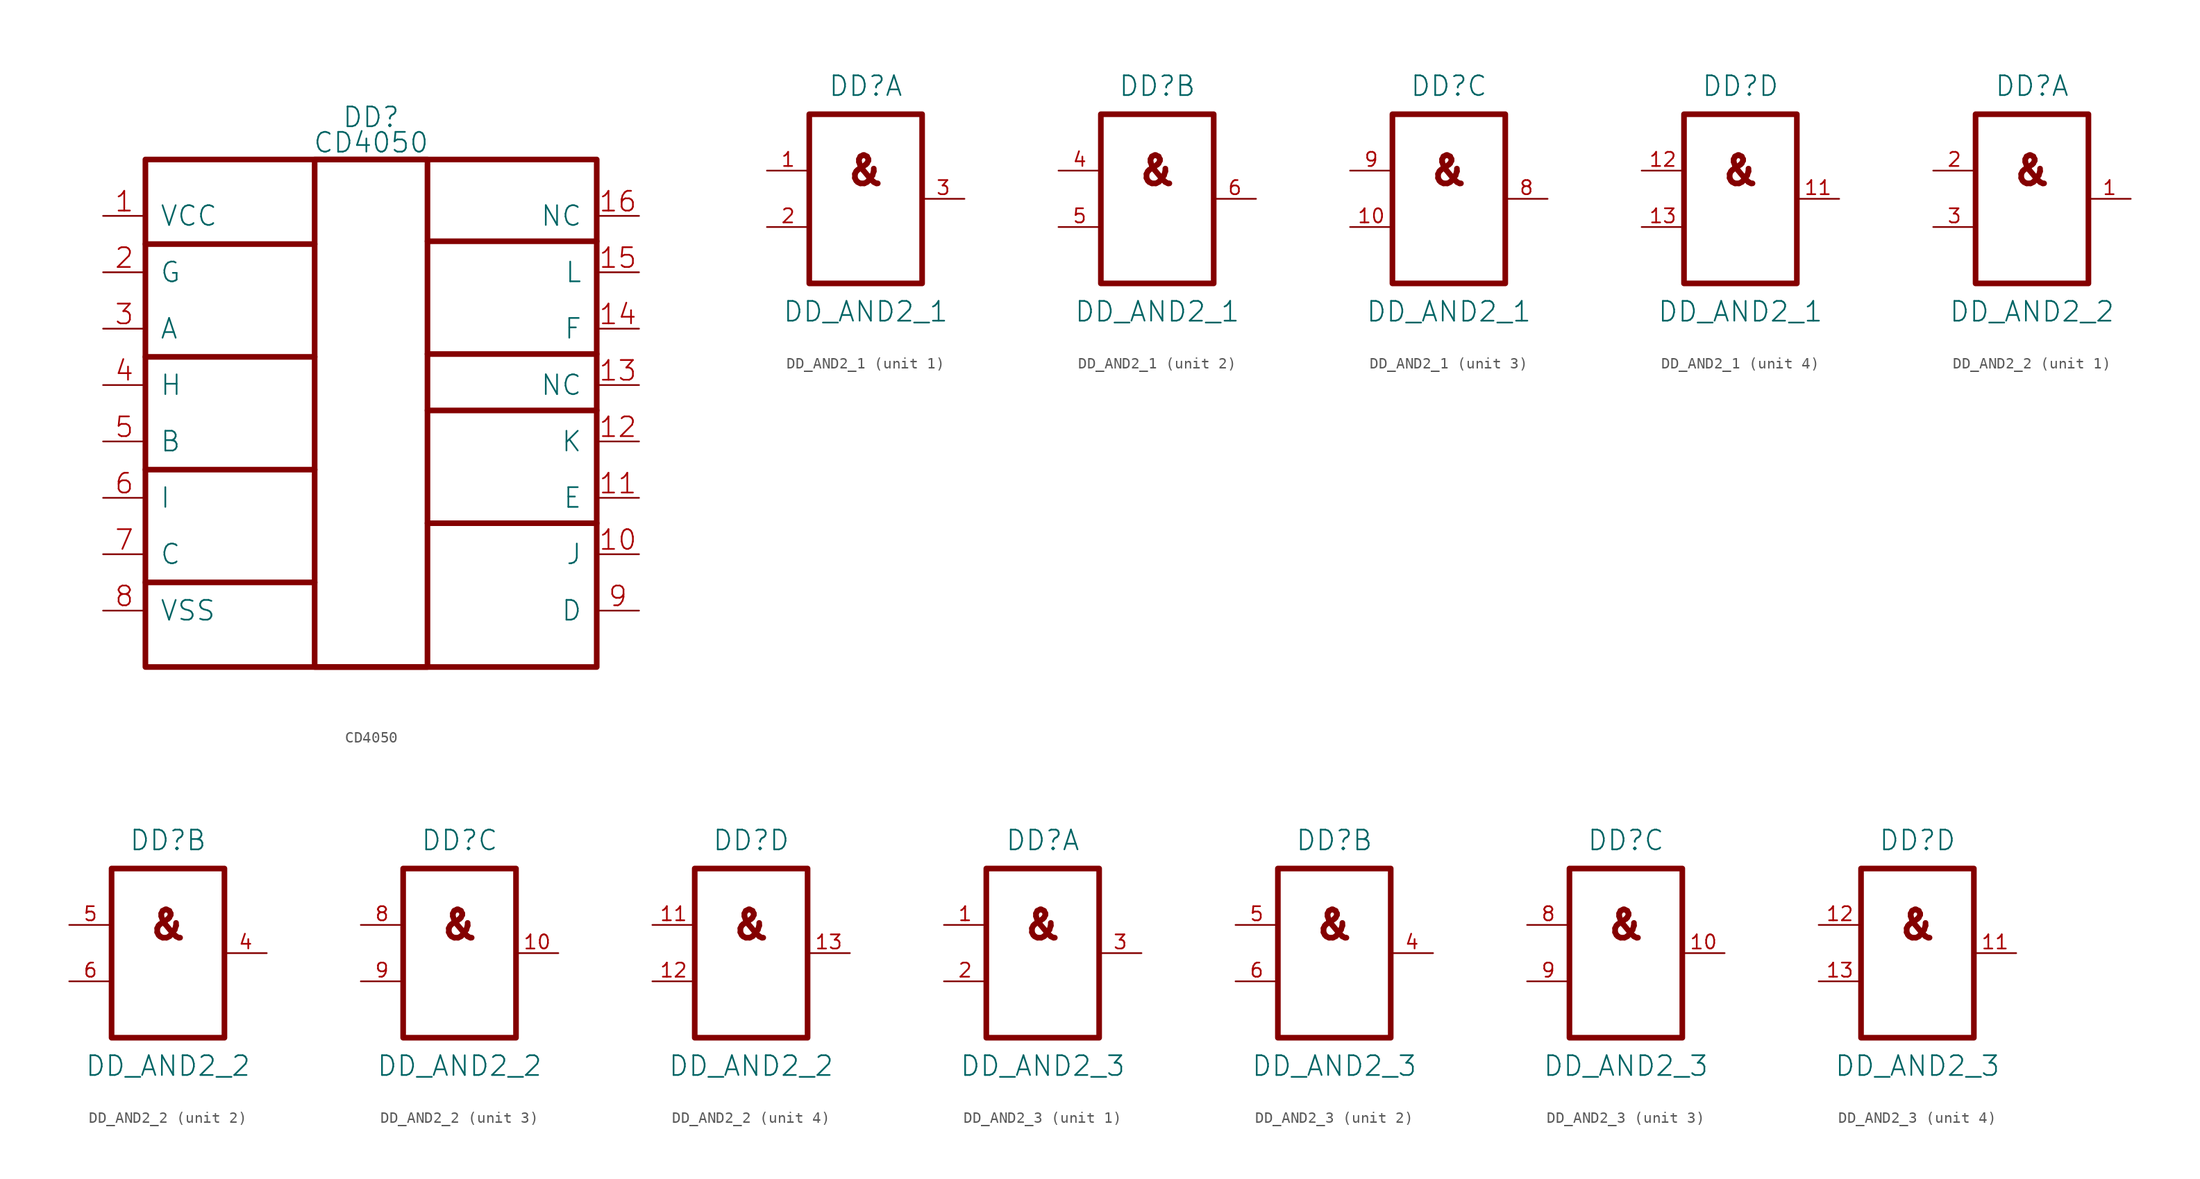
<source format=kicad_sym>
(kicad_symbol_lib
  (version 20211014)
  (generator kicad_symbol_editor)
  (symbol "CD4050"
    (pin_names
      (offset 1.27))
    (property "Reference" "DD"
      (at 0 3.81 0)
      (effects (font (size 1.778 1.778))))
    (property "Value" "CD4050"
      (at 0 1.524 0)
      (effects (font (size 1.778 1.778))))
    (symbol "CD4050_0_1"
      (rectangle (start -20.32 0) (end 20.32 -45.72) (stroke (width 0.508) (type default) (color 0 0 0 0)) (fill (type none)))
      (rectangle (start -5.08 0) (end 5.08 -45.72) (stroke (width 0.508) (type default) (color 0 0 0 0)) (fill (type none)))
      (polyline (pts (xy -20.32 -38.1) (xy -5.08 -38.1)) (stroke (width 0.508) (type default) (color 0 0 0 0)) (fill (type none)))
      (polyline (pts (xy -20.32 -27.94) (xy -5.08 -27.94)) (stroke (width 0.508) (type default) (color 0 0 0 0)) (fill (type none)))
      (polyline (pts (xy -20.32 -17.78) (xy -5.08 -17.78)) (stroke (width 0.508) (type default) (color 0 0 0 0)) (fill (type none)))
      (polyline (pts (xy -20.32 -7.62) (xy -5.08 -7.62)) (stroke (width 0.508) (type default) (color 0 0 0 0)) (fill (type none)))
      (polyline (pts (xy 20.32 -32.766) (xy 5.08 -32.766)) (stroke (width 0.508) (type default) (color 0 0 0 0)) (fill (type none)))
      (polyline (pts (xy 20.32 -22.606) (xy 5.08 -22.606)) (stroke (width 0.508) (type default) (color 0 0 0 0)) (fill (type none)))
      (polyline (pts (xy 20.32 -17.526) (xy 5.08 -17.526)) (stroke (width 0.508) (type default) (color 0 0 0 0)) (fill (type none)))
      (polyline (pts (xy 20.32 -7.366) (xy 5.08 -7.366)) (stroke (width 0.508) (type default) (color 0 0 0 0)) (fill (type none))))
    (symbol "CD4050_1_1"
      (pin power_in line (at -24.13 -5.08 0) (length 3.81) (name "VCC" (effects (font (size 1.778 1.778)))) (number "1" (effects (font (size 1.778 1.778)))))
      (pin input line (at 24.13 -35.56 180) (length 3.81) (name "J" (effects (font (size 1.778 1.778)))) (number "10" (effects (font (size 1.778 1.778)))))
      (pin input line (at 24.13 -30.48 180) (length 3.81) (name "E" (effects (font (size 1.778 1.778)))) (number "11" (effects (font (size 1.778 1.778)))))
      (pin output line (at 24.13 -25.4 180) (length 3.81) (name "K" (effects (font (size 1.778 1.778)))) (number "12" (effects (font (size 1.778 1.778)))))
      (pin passive line (at 24.13 -20.32 180) (length 3.81) (name "NC" (effects (font (size 1.778 1.778)))) (number "13" (effects (font (size 1.778 1.778)))))
      (pin input line (at 24.13 -15.24 180) (length 3.81) (name "F" (effects (font (size 1.778 1.778)))) (number "14" (effects (font (size 1.778 1.778)))))
      (pin output line (at 24.13 -10.16 180) (length 3.81) (name "L" (effects (font (size 1.778 1.778)))) (number "15" (effects (font (size 1.778 1.778)))))
      (pin input line (at 24.13 -5.08 180) (length 3.81) (name "NC" (effects (font (size 1.778 1.778)))) (number "16" (effects (font (size 1.778 1.778)))))
      (pin output line (at -24.13 -10.16 0) (length 3.81) (name "G" (effects (font (size 1.778 1.778)))) (number "2" (effects (font (size 1.778 1.778)))))
      (pin input line (at -24.13 -15.24 0) (length 3.81) (name "A" (effects (font (size 1.778 1.778)))) (number "3" (effects (font (size 1.778 1.778)))))
      (pin input line (at -24.13 -20.32 0) (length 3.81) (name "H" (effects (font (size 1.778 1.778)))) (number "4" (effects (font (size 1.778 1.778)))))
      (pin input line (at -24.13 -25.4 0) (length 3.81) (name "B" (effects (font (size 1.778 1.778)))) (number "5" (effects (font (size 1.778 1.778)))))
      (pin output line (at -24.13 -30.48 0) (length 3.81) (name "I" (effects (font (size 1.778 1.778)))) (number "6" (effects (font (size 1.778 1.778)))))
      (pin input line (at -24.13 -35.56 0) (length 3.81) (name "C" (effects (font (size 1.778 1.778)))) (number "7" (effects (font (size 1.778 1.778)))))
      (pin power_in line (at -24.13 -40.64 0) (length 3.81) (name "VSS" (effects (font (size 1.778 1.778)))) (number "8" (effects (font (size 1.778 1.778)))))
      (pin input line (at 24.13 -40.64 180) (length 3.81) (name "D" (effects (font (size 1.778 1.778)))) (number "9" (effects (font (size 1.778 1.778)))))))
  (symbol "DD_AND2_1"
    (pin_names
      (offset 1.27))
    (property "Reference" "DD"
      (at 0 10.16 0)
      (effects (font (size 1.778 1.778))))
    (property "Value" "DD_AND2_1"
      (at 0 -10.16 0)
      (effects (font (size 1.778 1.778))))
    (symbol "DD_AND2_1_0_0"
      (text "&" (at 0 2.54 0) (effects (font (size 2.54 2.54) bold))))
    (symbol "DD_AND2_1_0_1"
      (rectangle (start -5.08 7.62) (end 5.08 -7.62) (stroke (width 0.508) (type default) (color 0 0 0 0)) (fill (type none)))
      (pin power_in non_logic (at 8.89 5.08 180) (length 3.81) hide (name "VCC" (effects (font (size 1.27 1.27)))) (number "14" (effects (font (size 1.27 1.27)))))
      (pin power_in non_logic (at 8.89 -5.08 180) (length 3.81) hide (name "GND" (effects (font (size 1.27 1.27)))) (number "7" (effects (font (size 1.27 1.27))))))
    (symbol "DD_AND2_1_1_1"
      (pin input line (at -8.89 2.54 0) (length 3.81) (name "~" (effects (font (size 1.778 1.778)))) (number "1" (effects (font (size 1.27 1.27)))))
      (pin input line (at -8.89 -2.54 0) (length 3.81) (name "~" (effects (font (size 1.778 1.778)))) (number "2" (effects (font (size 1.27 1.27)))))
      (pin output line (at 8.89 0 180) (length 3.81) (name "~" (effects (font (size 1.778 1.778)))) (number "3" (effects (font (size 1.27 1.27))))))
    (symbol "DD_AND2_1_2_1"
      (pin input line (at -8.89 2.54 0) (length 3.81) (name "~" (effects (font (size 1.778 1.778)))) (number "4" (effects (font (size 1.27 1.27)))))
      (pin input line (at -8.89 -2.54 0) (length 3.81) (name "~" (effects (font (size 1.778 1.778)))) (number "5" (effects (font (size 1.27 1.27)))))
      (pin output line (at 8.89 0 180) (length 3.81) (name "~" (effects (font (size 1.778 1.778)))) (number "6" (effects (font (size 1.27 1.27))))))
    (symbol "DD_AND2_1_3_1"
      (pin input line (at -8.89 -2.54 0) (length 3.81) (name "~" (effects (font (size 1.778 1.778)))) (number "10" (effects (font (size 1.27 1.27)))))
      (pin output line (at 8.89 0 180) (length 3.81) (name "~" (effects (font (size 1.778 1.778)))) (number "8" (effects (font (size 1.27 1.27)))))
      (pin input line (at -8.89 2.54 0) (length 3.81) (name "~" (effects (font (size 1.778 1.778)))) (number "9" (effects (font (size 1.27 1.27))))))
    (symbol "DD_AND2_1_4_1"
      (pin output line (at 8.89 0 180) (length 3.81) (name "~" (effects (font (size 1.778 1.778)))) (number "11" (effects (font (size 1.27 1.27)))))
      (pin input line (at -8.89 2.54 0) (length 3.81) (name "~" (effects (font (size 1.778 1.778)))) (number "12" (effects (font (size 1.27 1.27)))))
      (pin input line (at -8.89 -2.54 0) (length 3.81) (name "~" (effects (font (size 1.778 1.778)))) (number "13" (effects (font (size 1.27 1.27)))))))
  (symbol "DD_AND2_2"
    (pin_names
      (offset 1.27))
    (property "Reference" "DD"
      (at 0 10.16 0)
      (effects (font (size 1.778 1.778))))
    (property "Value" "DD_AND2_2"
      (at 0 -10.16 0)
      (effects (font (size 1.778 1.778))))
    (symbol "DD_AND2_2_0_0"
      (text "&" (at 0 2.54 0) (effects (font (size 2.54 2.54) bold))))
    (symbol "DD_AND2_2_0_1"
      (rectangle (start -5.08 7.62) (end 5.08 -7.62) (stroke (width 0.508) (type default) (color 0 0 0 0)) (fill (type none)))
      (pin power_in non_logic (at 8.89 5.08 180) (length 3.81) hide (name "VCC" (effects (font (size 1.27 1.27)))) (number "14" (effects (font (size 1.27 1.27)))))
      (pin power_in non_logic (at 8.89 -5.08 180) (length 3.81) hide (name "GND" (effects (font (size 1.27 1.27)))) (number "7" (effects (font (size 1.27 1.27))))))
    (symbol "DD_AND2_2_1_1"
      (pin output line (at 8.89 0 180) (length 3.81) (name "~" (effects (font (size 1.778 1.778)))) (number "1" (effects (font (size 1.27 1.27)))))
      (pin input line (at -8.89 2.54 0) (length 3.81) (name "~" (effects (font (size 1.778 1.778)))) (number "2" (effects (font (size 1.27 1.27)))))
      (pin input line (at -8.89 -2.54 0) (length 3.81) (name "~" (effects (font (size 1.778 1.778)))) (number "3" (effects (font (size 1.27 1.27))))))
    (symbol "DD_AND2_2_2_1"
      (pin output line (at 8.89 0 180) (length 3.81) (name "~" (effects (font (size 1.778 1.778)))) (number "4" (effects (font (size 1.27 1.27)))))
      (pin input line (at -8.89 2.54 0) (length 3.81) (name "~" (effects (font (size 1.778 1.778)))) (number "5" (effects (font (size 1.27 1.27)))))
      (pin input line (at -8.89 -2.54 0) (length 3.81) (name "~" (effects (font (size 1.778 1.778)))) (number "6" (effects (font (size 1.27 1.27))))))
    (symbol "DD_AND2_2_3_1"
      (pin output line (at 8.89 0 180) (length 3.81) (name "~" (effects (font (size 1.778 1.778)))) (number "10" (effects (font (size 1.27 1.27)))))
      (pin input line (at -8.89 2.54 0) (length 3.81) (name "~" (effects (font (size 1.778 1.778)))) (number "8" (effects (font (size 1.27 1.27)))))
      (pin input line (at -8.89 -2.54 0) (length 3.81) (name "~" (effects (font (size 1.778 1.778)))) (number "9" (effects (font (size 1.27 1.27))))))
    (symbol "DD_AND2_2_4_1"
      (pin input line (at -8.89 2.54 0) (length 3.81) (name "~" (effects (font (size 1.778 1.778)))) (number "11" (effects (font (size 1.27 1.27)))))
      (pin input line (at -8.89 -2.54 0) (length 3.81) (name "~" (effects (font (size 1.778 1.778)))) (number "12" (effects (font (size 1.27 1.27)))))
      (pin output line (at 8.89 0 180) (length 3.81) (name "~" (effects (font (size 1.778 1.778)))) (number "13" (effects (font (size 1.27 1.27)))))))
  (symbol "DD_AND2_3"
    (pin_names
      (offset 1.27))
    (property "Reference" "DD"
      (at 0 10.16 0)
      (effects (font (size 1.778 1.778))))
    (property "Value" "DD_AND2_3"
      (at 0 -10.16 0)
      (effects (font (size 1.778 1.778))))
    (symbol "DD_AND2_3_0_0"
      (text "&" (at 0 2.54 0) (effects (font (size 2.54 2.54) bold))))
    (symbol "DD_AND2_3_0_1"
      (rectangle (start -5.08 7.62) (end 5.08 -7.62) (stroke (width 0.508) (type default) (color 0 0 0 0)) (fill (type none)))
      (pin power_in non_logic (at 8.89 5.08 180) (length 3.81) hide (name "VCC" (effects (font (size 1.27 1.27)))) (number "14" (effects (font (size 1.27 1.27)))))
      (pin power_in non_logic (at 8.89 -5.08 180) (length 3.81) hide (name "GND" (effects (font (size 1.27 1.27)))) (number "7" (effects (font (size 1.27 1.27))))))
    (symbol "DD_AND2_3_1_1"
      (pin input line (at -8.89 2.54 0) (length 3.81) (name "~" (effects (font (size 1.778 1.778)))) (number "1" (effects (font (size 1.27 1.27)))))
      (pin input line (at -8.89 -2.54 0) (length 3.81) (name "~" (effects (font (size 1.778 1.778)))) (number "2" (effects (font (size 1.27 1.27)))))
      (pin output line (at 8.89 0 180) (length 3.81) (name "~" (effects (font (size 1.778 1.778)))) (number "3" (effects (font (size 1.27 1.27))))))
    (symbol "DD_AND2_3_2_1"
      (pin output line (at 8.89 0 180) (length 3.81) (name "~" (effects (font (size 1.778 1.778)))) (number "4" (effects (font (size 1.27 1.27)))))
      (pin input line (at -8.89 2.54 0) (length 3.81) (name "~" (effects (font (size 1.778 1.778)))) (number "5" (effects (font (size 1.27 1.27)))))
      (pin input line (at -8.89 -2.54 0) (length 3.81) (name "~" (effects (font (size 1.778 1.778)))) (number "6" (effects (font (size 1.27 1.27))))))
    (symbol "DD_AND2_3_3_1"
      (pin output line (at 8.89 0 180) (length 3.81) (name "~" (effects (font (size 1.778 1.778)))) (number "10" (effects (font (size 1.27 1.27)))))
      (pin input line (at -8.89 2.54 0) (length 3.81) (name "~" (effects (font (size 1.778 1.778)))) (number "8" (effects (font (size 1.27 1.27)))))
      (pin input line (at -8.89 -2.54 0) (length 3.81) (name "~" (effects (font (size 1.778 1.778)))) (number "9" (effects (font (size 1.27 1.27))))))
    (symbol "DD_AND2_3_4_1"
      (pin output line (at 8.89 0 180) (length 3.81) (name "~" (effects (font (size 1.778 1.778)))) (number "11" (effects (font (size 1.27 1.27)))))
      (pin input line (at -8.89 2.54 0) (length 3.81) (name "~" (effects (font (size 1.778 1.778)))) (number "12" (effects (font (size 1.27 1.27)))))
      (pin input line (at -8.89 -2.54 0) (length 3.81) (name "~" (effects (font (size 1.778 1.778)))) (number "13" (effects (font (size 1.27 1.27))))))))
</source>
